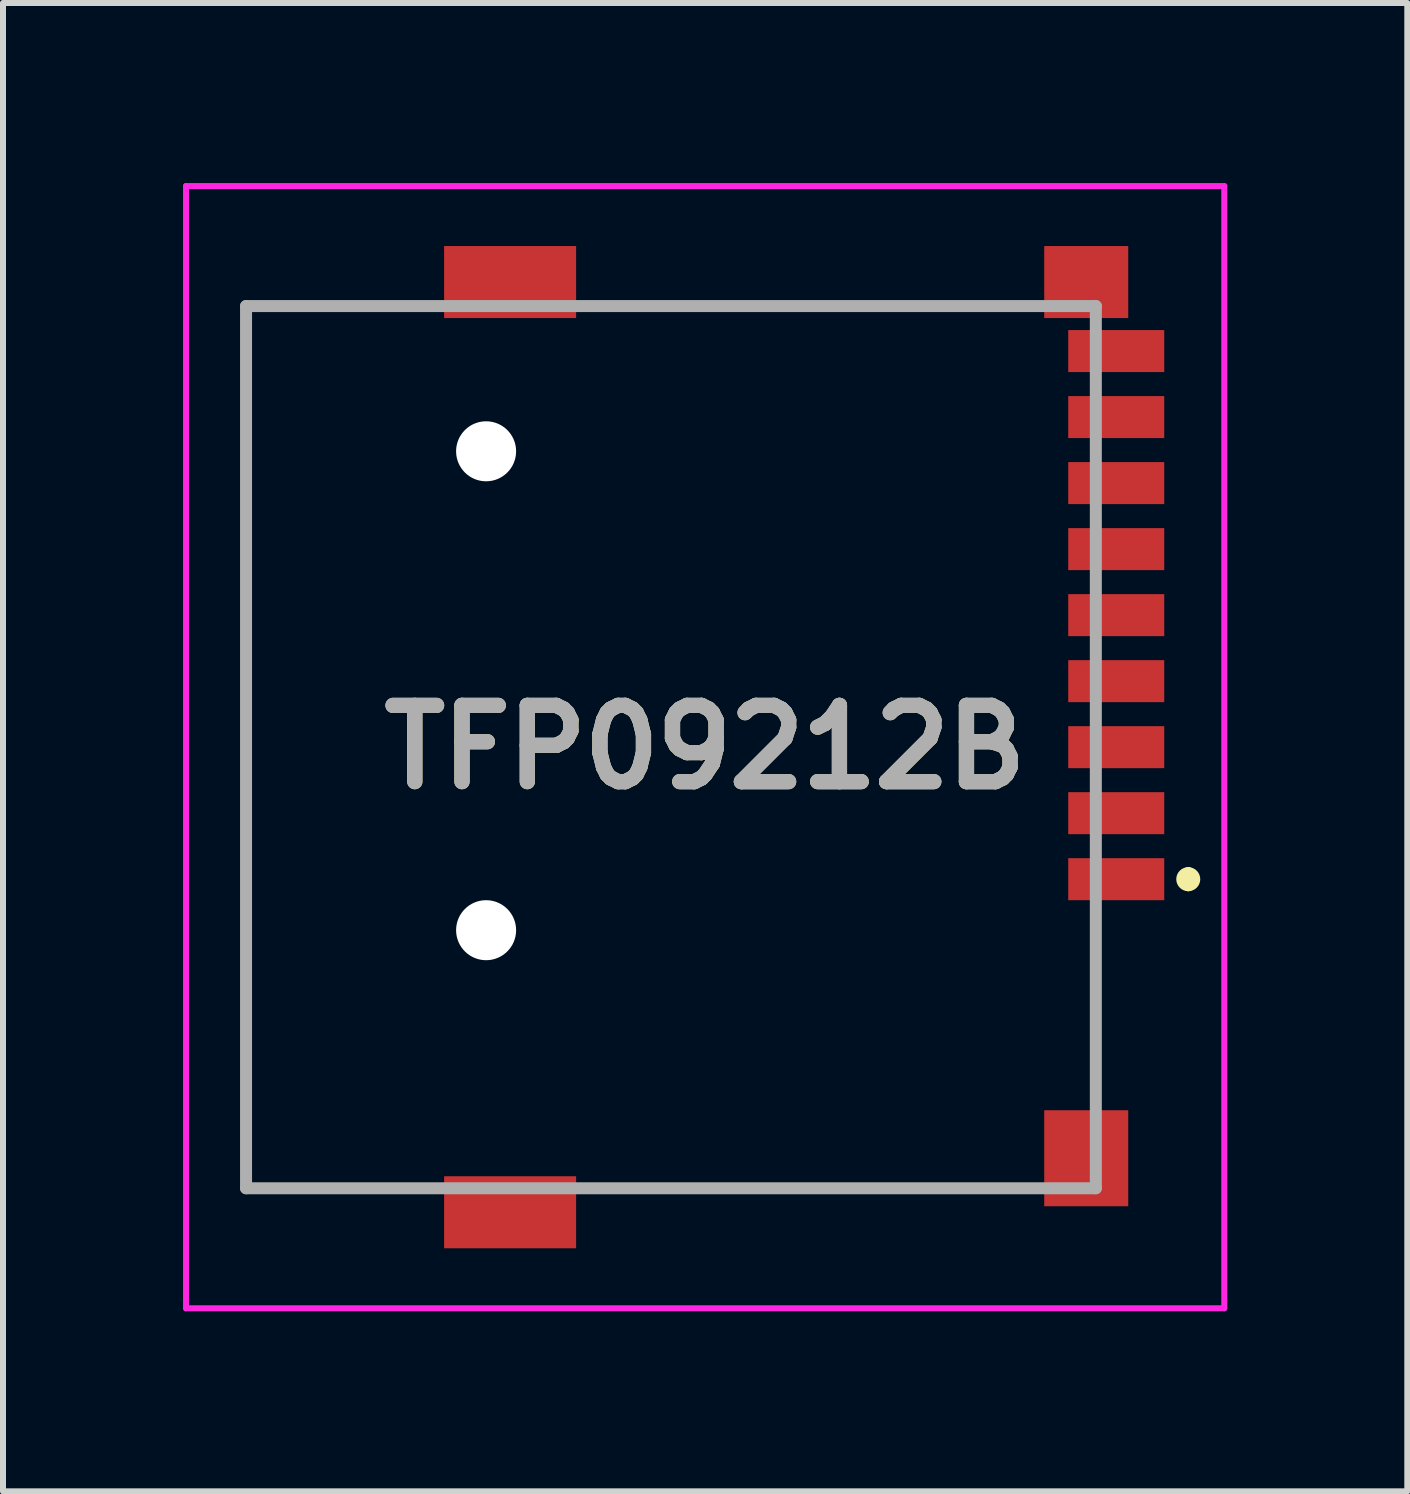
<source format=kicad_pcb>
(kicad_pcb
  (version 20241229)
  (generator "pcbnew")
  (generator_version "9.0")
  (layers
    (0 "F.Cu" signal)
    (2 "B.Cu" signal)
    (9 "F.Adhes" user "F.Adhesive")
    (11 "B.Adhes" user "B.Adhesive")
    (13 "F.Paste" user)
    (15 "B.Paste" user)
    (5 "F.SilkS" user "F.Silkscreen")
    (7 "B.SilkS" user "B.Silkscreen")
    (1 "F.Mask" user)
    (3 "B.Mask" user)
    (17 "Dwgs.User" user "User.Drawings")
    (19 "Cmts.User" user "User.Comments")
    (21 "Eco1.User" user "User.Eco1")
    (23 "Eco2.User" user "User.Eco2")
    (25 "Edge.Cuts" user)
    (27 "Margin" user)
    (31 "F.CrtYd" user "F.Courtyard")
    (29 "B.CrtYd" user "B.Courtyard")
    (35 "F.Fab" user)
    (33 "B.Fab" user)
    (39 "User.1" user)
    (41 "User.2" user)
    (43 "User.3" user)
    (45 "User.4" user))
  (footprint "TFP09212B"
    (layer "F.Cu")
    (at 1.05 9.4)
    (property "Reference" "TFP09212B" (at 7.65 0 0) (layer "F.SilkS") (effects (font (size 1.27 1.27) (thickness 0.254))))
    (attr through_hole)
    (fp_line (start 0 -7.35) (end 0 7.35) (stroke (width 0.1) (type solid)) (layer "F.SilkS"))
    (fp_line (start 0 7.35) (end 2.54 7.35) (stroke (width 0.1) (type solid)) (layer "F.SilkS"))
    (fp_line (start 2.54 -7.35) (end 0 -7.35) (stroke (width 0.1) (type solid)) (layer "F.SilkS"))
    (fp_line (start 6 7.35) (end 13 7.35) (stroke (width 0.1) (type solid)) (layer "F.SilkS"))
    (fp_line (start 13 -7.35) (end 6 -7.35) (stroke (width 0.1) (type solid)) (layer "F.SilkS"))
    (fp_line (start 15.7 2.1) (end 15.7 2.1) (stroke (width 0.2) (type solid)) (layer "F.SilkS"))
    (fp_line (start 15.7 2.3) (end 15.7 2.3) (stroke (width 0.2) (type solid)) (layer "F.SilkS"))
    (fp_arc (start 15.7 2.1) (mid 15.8 2.2) (end 15.7 2.3) (stroke (width 0.2) (type solid)) (layer "F.SilkS"))
    (fp_arc (start 15.7 2.3) (mid 15.6 2.2) (end 15.7 2.1) (stroke (width 0.2) (type solid)) (layer "F.SilkS"))
    (fp_line (start -1 -9.35) (end 16.3 -9.35) (stroke (width 0.1) (type solid)) (layer "F.CrtYd"))
    (fp_line (start -1 9.35) (end -1 -9.35) (stroke (width 0.1) (type solid)) (layer "F.CrtYd"))
    (fp_line (start 16.3 -9.35) (end 16.3 9.35) (stroke (width 0.1) (type solid)) (layer "F.CrtYd"))
    (fp_line (start 16.3 9.35) (end -1 9.35) (stroke (width 0.1) (type solid)) (layer "F.CrtYd"))
    (fp_line (start 0 -7.35) (end 14.16 -7.35) (stroke (width 0.2) (type solid)) (layer "F.Fab"))
    (fp_line (start 0 7.35) (end 0 -7.35) (stroke (width 0.2) (type solid)) (layer "F.Fab"))
    (fp_line (start 14.16 -7.35) (end 14.16 7.35) (stroke (width 0.2) (type solid)) (layer "F.Fab"))
    (fp_line (start 14.16 7.35) (end 0 7.35) (stroke (width 0.2) (type solid)) (layer "F.Fab"))
    (fp_text user "${REFERENCE}" (at 7.65 0 0) (layer "F.Fab") (effects (font (size 1.27 1.27) (thickness 0.254))))
    (pad "" np_thru_hole circle (at 4 -4.93) (size 1 1) (drill 1) (layers "*.Cu" "*.Mask"))
    (pad "" np_thru_hole circle (at 4 3.05) (size 1 1) (drill 1) (layers "*.Cu" "*.Mask"))
    (pad "1" smd rect (at 14.5 2.2 90) (size 0.7 1.6) (layers "F.Cu" "F.Mask" "F.Paste"))
    (pad "2" smd rect (at 14.5 1.1 90) (size 0.7 1.6) (layers "F.Cu" "F.Mask" "F.Paste"))
    (pad "3" smd rect (at 14.5 0 90) (size 0.7 1.6) (layers "F.Cu" "F.Mask" "F.Paste"))
    (pad "4" smd rect (at 14.5 -1.1 90) (size 0.7 1.6) (layers "F.Cu" "F.Mask" "F.Paste"))
    (pad "5" smd rect (at 14.5 -2.2 90) (size 0.7 1.6) (layers "F.Cu" "F.Mask" "F.Paste"))
    (pad "6" smd rect (at 14.5 -3.3 90) (size 0.7 1.6) (layers "F.Cu" "F.Mask" "F.Paste"))
    (pad "7" smd rect (at 14.5 -4.4 90) (size 0.7 1.6) (layers "F.Cu" "F.Mask" "F.Paste"))
    (pad "8" smd rect (at 14.5 -5.5 90) (size 0.7 1.6) (layers "F.Cu" "F.Mask" "F.Paste"))
    (pad "9" smd rect (at 14.5 -6.6 90) (size 0.7 1.6) (layers "F.Cu" "F.Mask" "F.Paste"))
    (pad "10" smd rect (at 14 -7.75 90) (size 1.2 1.4) (layers "F.Cu" "F.Mask" "F.Paste"))
    (pad "11" smd rect (at 4.4 -7.75 90) (size 1.2 2.2) (layers "F.Cu" "F.Mask" "F.Paste"))
    (pad "12" smd rect (at 4.4 7.75 90) (size 1.2 2.2) (layers "F.Cu" "F.Mask" "F.Paste"))
    (pad "13" smd rect (at 14 6.85) (size 1.4 1.6) (layers "F.Cu" "F.Mask" "F.Paste")))
  (gr_rect
    (start -3 -3)
    (end 20.4 21.8)
    (stroke (width 0.1) (type default))
    (fill no)
    (layer "Edge.Cuts")))
</source>
